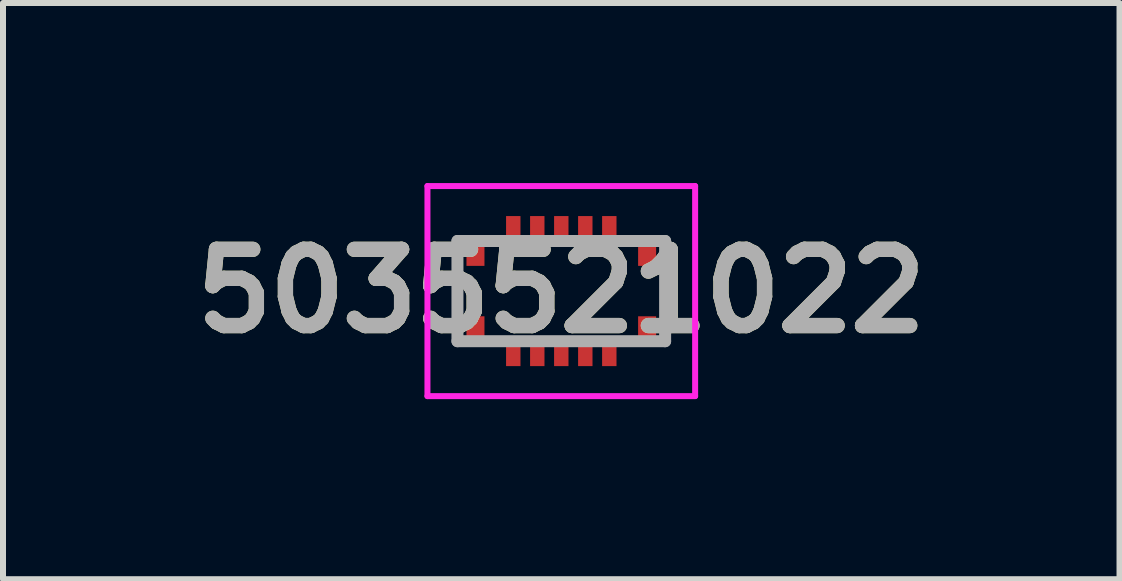
<source format=kicad_pcb>
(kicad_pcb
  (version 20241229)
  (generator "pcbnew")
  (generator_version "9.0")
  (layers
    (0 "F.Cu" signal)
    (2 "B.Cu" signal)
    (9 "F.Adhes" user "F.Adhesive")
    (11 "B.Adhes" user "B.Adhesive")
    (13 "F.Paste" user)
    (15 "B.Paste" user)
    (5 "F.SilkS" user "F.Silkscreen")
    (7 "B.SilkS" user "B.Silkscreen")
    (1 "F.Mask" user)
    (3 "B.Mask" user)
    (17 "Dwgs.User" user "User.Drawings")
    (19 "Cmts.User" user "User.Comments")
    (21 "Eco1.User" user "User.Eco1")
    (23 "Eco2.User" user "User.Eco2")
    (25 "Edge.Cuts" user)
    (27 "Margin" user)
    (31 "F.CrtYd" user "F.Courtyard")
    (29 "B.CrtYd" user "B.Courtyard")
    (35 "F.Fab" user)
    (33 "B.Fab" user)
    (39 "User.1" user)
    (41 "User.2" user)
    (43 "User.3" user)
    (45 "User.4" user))
  (footprint "5035521022"
    (layer "F.Cu")
    (at 6.302 1.8)
    (property "Reference" "5035521022" (at 0 0 0) (layer "F.SilkS") (effects (font (size 1.27 1.27) (thickness 0.254))))
    (attr smd)
    (fp_line (start -1.73 -0.2) (end -1.73 0.2) (stroke (width 0.1) (type solid)) (layer "F.SilkS"))
    (fp_line (start 1.73 -0.2) (end 1.73 0.2) (stroke (width 0.1) (type solid)) (layer "F.SilkS"))
    (fp_line (start -2.23 -1.75) (end 2.23 -1.75) (stroke (width 0.1) (type solid)) (layer "F.CrtYd"))
    (fp_line (start -2.23 1.75) (end -2.23 -1.75) (stroke (width 0.1) (type solid)) (layer "F.CrtYd"))
    (fp_line (start 2.23 -1.75) (end 2.23 1.75) (stroke (width 0.1) (type solid)) (layer "F.CrtYd"))
    (fp_line (start 2.23 1.75) (end -2.23 1.75) (stroke (width 0.1) (type solid)) (layer "F.CrtYd"))
    (fp_line (start -1.73 -0.835) (end 1.73 -0.835) (stroke (width 0.2) (type solid)) (layer "F.Fab"))
    (fp_line (start -1.73 0.835) (end -1.73 -0.835) (stroke (width 0.2) (type solid)) (layer "F.Fab"))
    (fp_line (start 1.73 -0.835) (end 1.73 0.835) (stroke (width 0.2) (type solid)) (layer "F.Fab"))
    (fp_line (start 1.73 0.835) (end -1.73 0.835) (stroke (width 0.2) (type solid)) (layer "F.Fab"))
    (fp_text user "${REFERENCE}" (at 0 0 0) (layer "F.Fab") (effects (font (size 1.27 1.27) (thickness 0.254))))
    (pad "1" smd rect (at -0.8 -1.075) (size 0.24 0.35) (layers "F.Cu" "F.Mask" "F.Paste"))
    (pad "2" smd rect (at -0.4 -1.075) (size 0.24 0.35) (layers "F.Cu" "F.Mask" "F.Paste"))
    (pad "3" smd rect (at 0 -1.075) (size 0.24 0.35) (layers "F.Cu" "F.Mask" "F.Paste"))
    (pad "4" smd rect (at 0.4 -1.075) (size 0.24 0.35) (layers "F.Cu" "F.Mask" "F.Paste"))
    (pad "5" smd rect (at 0.8 -1.075) (size 0.24 0.35) (layers "F.Cu" "F.Mask" "F.Paste"))
    (pad "6" smd rect (at -0.8 1.075) (size 0.24 0.35) (layers "F.Cu" "F.Mask" "F.Paste"))
    (pad "7" smd rect (at -0.4 1.075) (size 0.24 0.35) (layers "F.Cu" "F.Mask" "F.Paste"))
    (pad "8" smd rect (at 0 1.075) (size 0.24 0.35) (layers "F.Cu" "F.Mask" "F.Paste"))
    (pad "9" smd rect (at 0.4 1.075) (size 0.24 0.35) (layers "F.Cu" "F.Mask" "F.Paste"))
    (pad "10" smd rect (at 0.8 1.075) (size 0.24 0.35) (layers "F.Cu" "F.Mask" "F.Paste"))
    (pad "MP1" smd rect (at -1.43 -0.63) (size 0.3 0.42) (layers "F.Cu" "F.Mask" "F.Paste"))
    (pad "MP2" smd rect (at 1.43 -0.63) (size 0.3 0.42) (layers "F.Cu" "F.Mask" "F.Paste"))
    (pad "MP3" smd rect (at -1.43 0.63) (size 0.3 0.42) (layers "F.Cu" "F.Mask" "F.Paste"))
    (pad "MP4" smd rect (at 1.43 0.63) (size 0.3 0.42) (layers "F.Cu" "F.Mask" "F.Paste")))
  (gr_rect
    (start -3 -3)
    (end 15.603 6.6)
    (stroke (width 0.1) (type default))
    (fill no)
    (layer "Edge.Cuts")))
</source>
